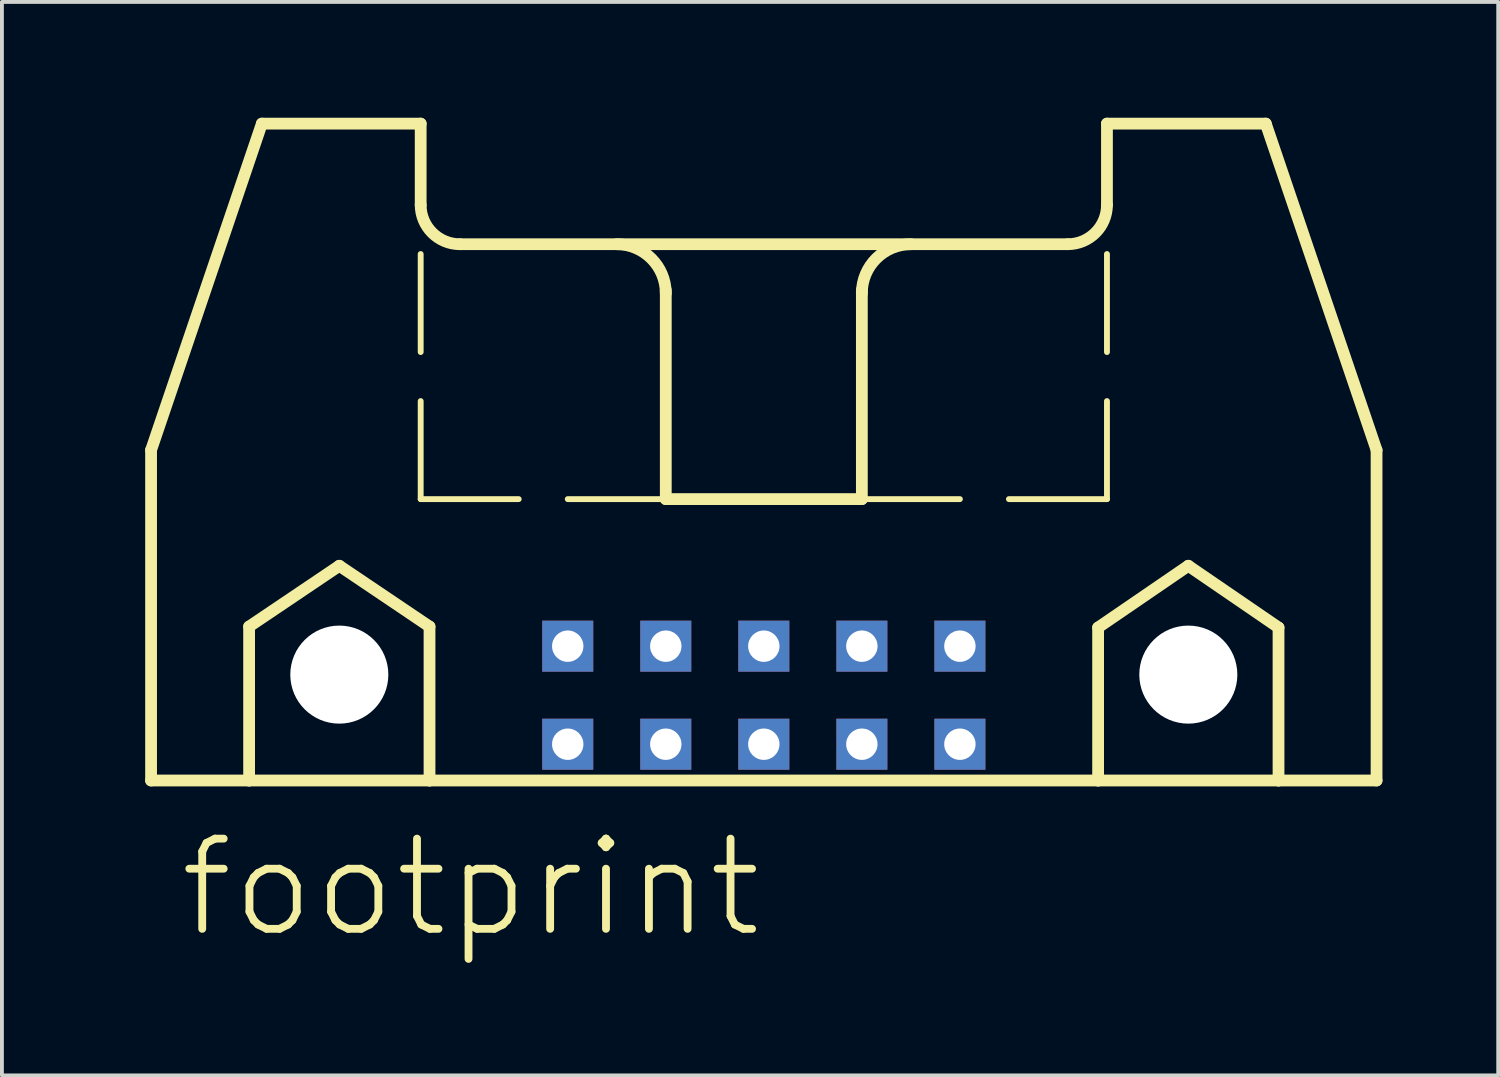
<source format=kicad_pcb>
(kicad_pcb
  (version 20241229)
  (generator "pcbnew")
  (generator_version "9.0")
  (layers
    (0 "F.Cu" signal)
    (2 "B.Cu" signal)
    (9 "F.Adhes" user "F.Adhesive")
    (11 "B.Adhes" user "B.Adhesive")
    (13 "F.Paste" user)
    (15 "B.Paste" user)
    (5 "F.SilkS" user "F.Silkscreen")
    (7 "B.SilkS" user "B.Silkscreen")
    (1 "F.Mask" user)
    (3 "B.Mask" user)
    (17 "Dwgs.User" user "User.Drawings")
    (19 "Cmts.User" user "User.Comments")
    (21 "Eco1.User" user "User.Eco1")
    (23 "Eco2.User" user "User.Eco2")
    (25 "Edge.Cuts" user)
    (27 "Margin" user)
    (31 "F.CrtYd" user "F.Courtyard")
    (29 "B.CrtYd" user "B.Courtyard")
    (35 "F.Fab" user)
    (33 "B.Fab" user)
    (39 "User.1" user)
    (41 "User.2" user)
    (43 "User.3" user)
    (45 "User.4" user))
  (footprint "footprint"
    (layer "F.Cu")
    (at 16.739 11.151)
    (property "Reference" "footprint" (at -15.24 10.16 0) (layer "F.SilkS") (effects (font (size 2.337 2.337) (thickness 0.203)) (justify left bottom)))
    (fp_line (start -15.875 -2.54) (end -15.875 6.02) (stroke (width 0.305) (type solid)) (layer "F.SilkS"))
    (fp_line (start -15.875 -2.54) (end -13.005 -10.998) (stroke (width 0.305) (type solid)) (layer "F.SilkS"))
    (fp_line (start -15.875 6.02) (end -13.335 6.02) (stroke (width 0.305) (type solid)) (layer "F.SilkS"))
    (fp_line (start -13.335 2.032) (end -10.998 0.457) (stroke (width 0.305) (type solid)) (layer "F.SilkS"))
    (fp_line (start -13.335 6.02) (end -13.335 2.032) (stroke (width 0.305) (type solid)) (layer "F.SilkS"))
    (fp_line (start -13.335 6.02) (end -8.661 6.02) (stroke (width 0.305) (type solid)) (layer "F.SilkS"))
    (fp_line (start -10.998 0.457) (end -8.661 2.032) (stroke (width 0.305) (type solid)) (layer "F.SilkS"))
    (fp_line (start -8.89 -10.998) (end -13.005 -10.998) (stroke (width 0.305) (type solid)) (layer "F.SilkS"))
    (fp_line (start -8.89 -8.89) (end -8.89 -10.998) (stroke (width 0.305) (type solid)) (layer "F.SilkS"))
    (fp_line (start -8.89 -5.08) (end -8.89 -7.62) (stroke (width 0.152) (type solid)) (layer "F.SilkS"))
    (fp_line (start -8.89 -1.27) (end -8.89 -3.81) (stroke (width 0.152) (type solid)) (layer "F.SilkS"))
    (fp_line (start -8.89 -1.27) (end -6.35 -1.27) (stroke (width 0.152) (type solid)) (layer "F.SilkS"))
    (fp_line (start -8.661 2.032) (end -8.661 6.02) (stroke (width 0.305) (type solid)) (layer "F.SilkS"))
    (fp_line (start -8.661 6.02) (end 8.661 6.02) (stroke (width 0.305) (type solid)) (layer "F.SilkS"))
    (fp_line (start -7.874 -7.874) (end 7.874 -7.874) (stroke (width 0.305) (type solid)) (layer "F.SilkS"))
    (fp_line (start -5.08 -1.27) (end -2.54 -1.27) (stroke (width 0.152) (type solid)) (layer "F.SilkS"))
    (fp_line (start -2.54 -1.27) (end -2.54 -6.68) (stroke (width 0.305) (type solid)) (layer "F.SilkS"))
    (fp_line (start 0 -1.27) (end 2.54 -1.27) (stroke (width 0.152) (type solid)) (layer "F.SilkS"))
    (fp_line (start 2.54 -1.27) (end -2.54 -1.27) (stroke (width 0.305) (type solid)) (layer "F.SilkS"))
    (fp_line (start 2.54 -1.27) (end 2.54 -6.68) (stroke (width 0.305) (type solid)) (layer "F.SilkS"))
    (fp_line (start 5.08 -1.27) (end 2.54 -1.27) (stroke (width 0.152) (type solid)) (layer "F.SilkS"))
    (fp_line (start 8.661 2.057) (end 10.998 0.457) (stroke (width 0.305) (type solid)) (layer "F.SilkS"))
    (fp_line (start 8.661 6.02) (end 8.661 2.057) (stroke (width 0.305) (type solid)) (layer "F.SilkS"))
    (fp_line (start 8.661 6.02) (end 13.335 6.02) (stroke (width 0.305) (type solid)) (layer "F.SilkS"))
    (fp_line (start 8.89 -10.998) (end 13.005 -10.998) (stroke (width 0.305) (type solid)) (layer "F.SilkS"))
    (fp_line (start 8.89 -8.89) (end 8.89 -10.998) (stroke (width 0.305) (type solid)) (layer "F.SilkS"))
    (fp_line (start 8.89 -5.08) (end 8.89 -7.62) (stroke (width 0.152) (type solid)) (layer "F.SilkS"))
    (fp_line (start 8.89 -1.27) (end 6.35 -1.27) (stroke (width 0.152) (type solid)) (layer "F.SilkS"))
    (fp_line (start 8.89 -1.27) (end 8.89 -3.81) (stroke (width 0.152) (type solid)) (layer "F.SilkS"))
    (fp_line (start 10.998 0.457) (end 13.335 2.057) (stroke (width 0.305) (type solid)) (layer "F.SilkS"))
    (fp_line (start 13.335 2.057) (end 13.335 6.02) (stroke (width 0.305) (type solid)) (layer "F.SilkS"))
    (fp_line (start 13.335 6.02) (end 15.875 6.02) (stroke (width 0.305) (type solid)) (layer "F.SilkS"))
    (fp_line (start 15.875 -2.54) (end 13.005 -10.998) (stroke (width 0.305) (type solid)) (layer "F.SilkS"))
    (fp_line (start 15.875 6.02) (end 15.875 -2.54) (stroke (width 0.305) (type solid)) (layer "F.SilkS"))
    (fp_arc (start -7.874 -7.874) (mid -8.59242 -8.17158) (end -8.89 -8.89) (stroke (width 0.3048) (type solid)) (layer "F.SilkS"))
    (fp_arc (start -3.81 -7.874) (mid -2.911974 -7.502026) (end -2.54 -6.604) (stroke (width 0.3048) (type solid)) (layer "F.SilkS"))
    (fp_arc (start 2.54 -6.604) (mid 2.911974 -7.502026) (end 3.81 -7.874) (stroke (width 0.3048) (type solid)) (layer "F.SilkS"))
    (fp_arc (start 8.89 -8.89) (mid 8.59242 -8.17158) (end 7.874 -7.874) (stroke (width 0.3048) (type solid)) (layer "F.SilkS"))
    (pad "" np_thru_hole circle (at -10.998 3.277) (size 2.54 2.54) (drill 2.54) (layers "*.Cu" "*.Mask"))
    (pad "" np_thru_hole circle (at 10.998 3.277) (size 2.54 2.54) (drill 2.54) (layers "*.Cu" "*.Mask"))
    (pad "1" thru_hole rect (at -5.08 5.08) (size 1.321 1.321) (drill 0.813) (layers "*.Cu" "*.Mask"))
    (pad "2" thru_hole rect (at -5.08 2.54) (size 1.321 1.321) (drill 0.813) (layers "*.Cu" "*.Mask"))
    (pad "3" thru_hole rect (at -2.54 5.08) (size 1.321 1.321) (drill 0.813) (layers "*.Cu" "*.Mask"))
    (pad "4" thru_hole rect (at -2.54 2.54) (size 1.321 1.321) (drill 0.813) (layers "*.Cu" "*.Mask"))
    (pad "5" thru_hole rect (at 0 5.08) (size 1.321 1.321) (drill 0.813) (layers "*.Cu" "*.Mask"))
    (pad "6" thru_hole rect (at 0 2.54) (size 1.321 1.321) (drill 0.813) (layers "*.Cu" "*.Mask"))
    (pad "7" thru_hole rect (at 2.54 5.08) (size 1.321 1.321) (drill 0.813) (layers "*.Cu" "*.Mask"))
    (pad "8" thru_hole rect (at 2.54 2.54) (size 1.321 1.321) (drill 0.813) (layers "*.Cu" "*.Mask"))
    (pad "9" thru_hole rect (at 5.08 5.08) (size 1.321 1.321) (drill 0.813) (layers "*.Cu" "*.Mask"))
    (pad "10" thru_hole rect (at 5.08 2.54) (size 1.321 1.321) (drill 0.813) (layers "*.Cu" "*.Mask"))
    (zone (net_name "") (layer "F.Cu") (hatch edge 0.508) (connect_pads) (min_thickness 0.254) (filled_areas_thickness no) (keepout (tracks not_allowed) (vias not_allowed) (pads not_allowed) (copperpour not_allowed) (footprints allowed)) (placement (enabled no)) (fill) (polygon (pts (xy 3.861 15.697) (xy 3.831 15.362) (xy 3.744 15.037) (xy 3.602 14.732) (xy 3.409 14.456) (xy 3.171 14.218) (xy 2.896 14.025) (xy 2.591 13.883) (xy 2.266 13.796) (xy 1.93 13.767) (xy 1.595 13.796) (xy 1.27 13.883) (xy 0.965 14.025) (xy 0.69 14.218) (xy 0.452 14.456) (xy 0.259 14.732) (xy 0.116 15.037) (xy 0.029 15.362) (xy 0 15.697) (xy 0.029 16.032) (xy 0.116 16.357) (xy 0.259 16.662) (xy 0.452 16.938) (xy 0.69 17.176) (xy 0.965 17.369) (xy 1.27 17.511) (xy 1.595 17.598) (xy 1.93 17.628) (xy 2.266 17.598) (xy 2.591 17.511) (xy 2.896 17.369) (xy 3.171 17.176) (xy 3.409 16.938) (xy 3.602 16.662) (xy 3.744 16.357) (xy 3.831 16.032))))
    (zone (net_name "") (layer "F.Cu") (hatch edge 0.508) (connect_pads) (min_thickness 0.254) (filled_areas_thickness no) (keepout (tracks not_allowed) (vias not_allowed) (pads not_allowed) (copperpour not_allowed) (footprints allowed)) (placement (enabled no)) (fill) (polygon (pts (xy 7.671 14.427) (xy 7.641 14.092) (xy 7.554 13.767) (xy 7.412 13.462) (xy 7.219 13.186) (xy 6.981 12.948) (xy 6.706 12.755) (xy 6.401 12.613) (xy 6.076 12.526) (xy 5.74 12.497) (xy 5.405 12.526) (xy 5.08 12.613) (xy 4.775 12.755) (xy 4.5 12.948) (xy 4.262 13.186) (xy 4.069 13.462) (xy 3.926 13.767) (xy 3.839 14.092) (xy 3.81 14.427) (xy 3.839 14.762) (xy 3.926 15.087) (xy 4.069 15.392) (xy 4.262 15.668) (xy 4.5 15.906) (xy 4.775 16.099) (xy 5.08 16.241) (xy 5.405 16.328) (xy 5.74 16.358) (xy 6.076 16.328) (xy 6.401 16.241) (xy 6.706 16.099) (xy 6.981 15.906) (xy 7.219 15.668) (xy 7.412 15.392) (xy 7.554 15.087) (xy 7.641 14.762))))
    (zone (net_name "") (layer "F.Cu") (hatch edge 0.508) (connect_pads) (min_thickness 0.254) (filled_areas_thickness no) (keepout (tracks not_allowed) (vias not_allowed) (pads not_allowed) (copperpour not_allowed) (footprints allowed)) (placement (enabled no)) (fill) (polygon (pts (xy 29.667 14.427) (xy 29.638 14.092) (xy 29.551 13.767) (xy 29.409 13.462) (xy 29.216 13.186) (xy 28.978 12.948) (xy 28.702 12.755) (xy 28.397 12.613) (xy 28.072 12.526) (xy 27.737 12.497) (xy 27.402 12.526) (xy 27.077 12.613) (xy 26.772 12.755) (xy 26.496 12.948) (xy 26.258 13.186) (xy 26.065 13.462) (xy 25.923 13.767) (xy 25.836 14.092) (xy 25.806 14.427) (xy 25.836 14.762) (xy 25.923 15.087) (xy 26.065 15.392) (xy 26.258 15.668) (xy 26.496 15.906) (xy 26.772 16.099) (xy 27.077 16.241) (xy 27.402 16.328) (xy 27.737 16.358) (xy 28.072 16.328) (xy 28.397 16.241) (xy 28.702 16.099) (xy 28.978 15.906) (xy 29.216 15.668) (xy 29.409 15.392) (xy 29.551 15.087) (xy 29.638 14.762))))
    (zone (net_name "") (layer "B.Cu") (hatch edge 0.508) (connect_pads) (min_thickness 0.254) (filled_areas_thickness no) (keepout (tracks not_allowed) (vias not_allowed) (pads not_allowed) (copperpour not_allowed) (footprints allowed)) (placement (enabled no)) (fill) (polygon (pts (xy 7.671 14.427) (xy 7.641 14.092) (xy 7.554 13.767) (xy 7.412 13.462) (xy 7.219 13.186) (xy 6.981 12.948) (xy 6.706 12.755) (xy 6.401 12.613) (xy 6.076 12.526) (xy 5.74 12.497) (xy 5.405 12.526) (xy 5.08 12.613) (xy 4.775 12.755) (xy 4.5 12.948) (xy 4.262 13.186) (xy 4.069 13.462) (xy 3.926 13.767) (xy 3.839 14.092) (xy 3.81 14.427) (xy 3.839 14.762) (xy 3.926 15.087) (xy 4.069 15.392) (xy 4.262 15.668) (xy 4.5 15.906) (xy 4.775 16.099) (xy 5.08 16.241) (xy 5.405 16.328) (xy 5.74 16.358) (xy 6.076 16.328) (xy 6.401 16.241) (xy 6.706 16.099) (xy 6.981 15.906) (xy 7.219 15.668) (xy 7.412 15.392) (xy 7.554 15.087) (xy 7.641 14.762))))
    (zone (net_name "") (layer "B.Cu") (hatch edge 0.508) (connect_pads) (min_thickness 0.254) (filled_areas_thickness no) (keepout (tracks not_allowed) (vias not_allowed) (pads not_allowed) (copperpour not_allowed) (footprints allowed)) (placement (enabled no)) (fill) (polygon (pts (xy 29.667 14.427) (xy 29.638 14.092) (xy 29.551 13.767) (xy 29.409 13.462) (xy 29.216 13.186) (xy 28.978 12.948) (xy 28.702 12.755) (xy 28.397 12.613) (xy 28.072 12.526) (xy 27.737 12.497) (xy 27.402 12.526) (xy 27.077 12.613) (xy 26.772 12.755) (xy 26.496 12.948) (xy 26.258 13.186) (xy 26.065 13.462) (xy 25.923 13.767) (xy 25.836 14.092) (xy 25.806 14.427) (xy 25.836 14.762) (xy 25.923 15.087) (xy 26.065 15.392) (xy 26.258 15.668) (xy 26.496 15.906) (xy 26.772 16.099) (xy 27.077 16.241) (xy 27.402 16.328) (xy 27.737 16.358) (xy 28.072 16.328) (xy 28.397 16.241) (xy 28.702 16.099) (xy 28.978 15.906) (xy 29.216 15.668) (xy 29.409 15.392) (xy 29.551 15.087) (xy 29.638 14.762)))))
  (gr_rect
    (start -3 -3)
    (end 35.766 24.811)
    (stroke (width 0.1) (type default))
    (fill no)
    (layer "Edge.Cuts")))
</source>
